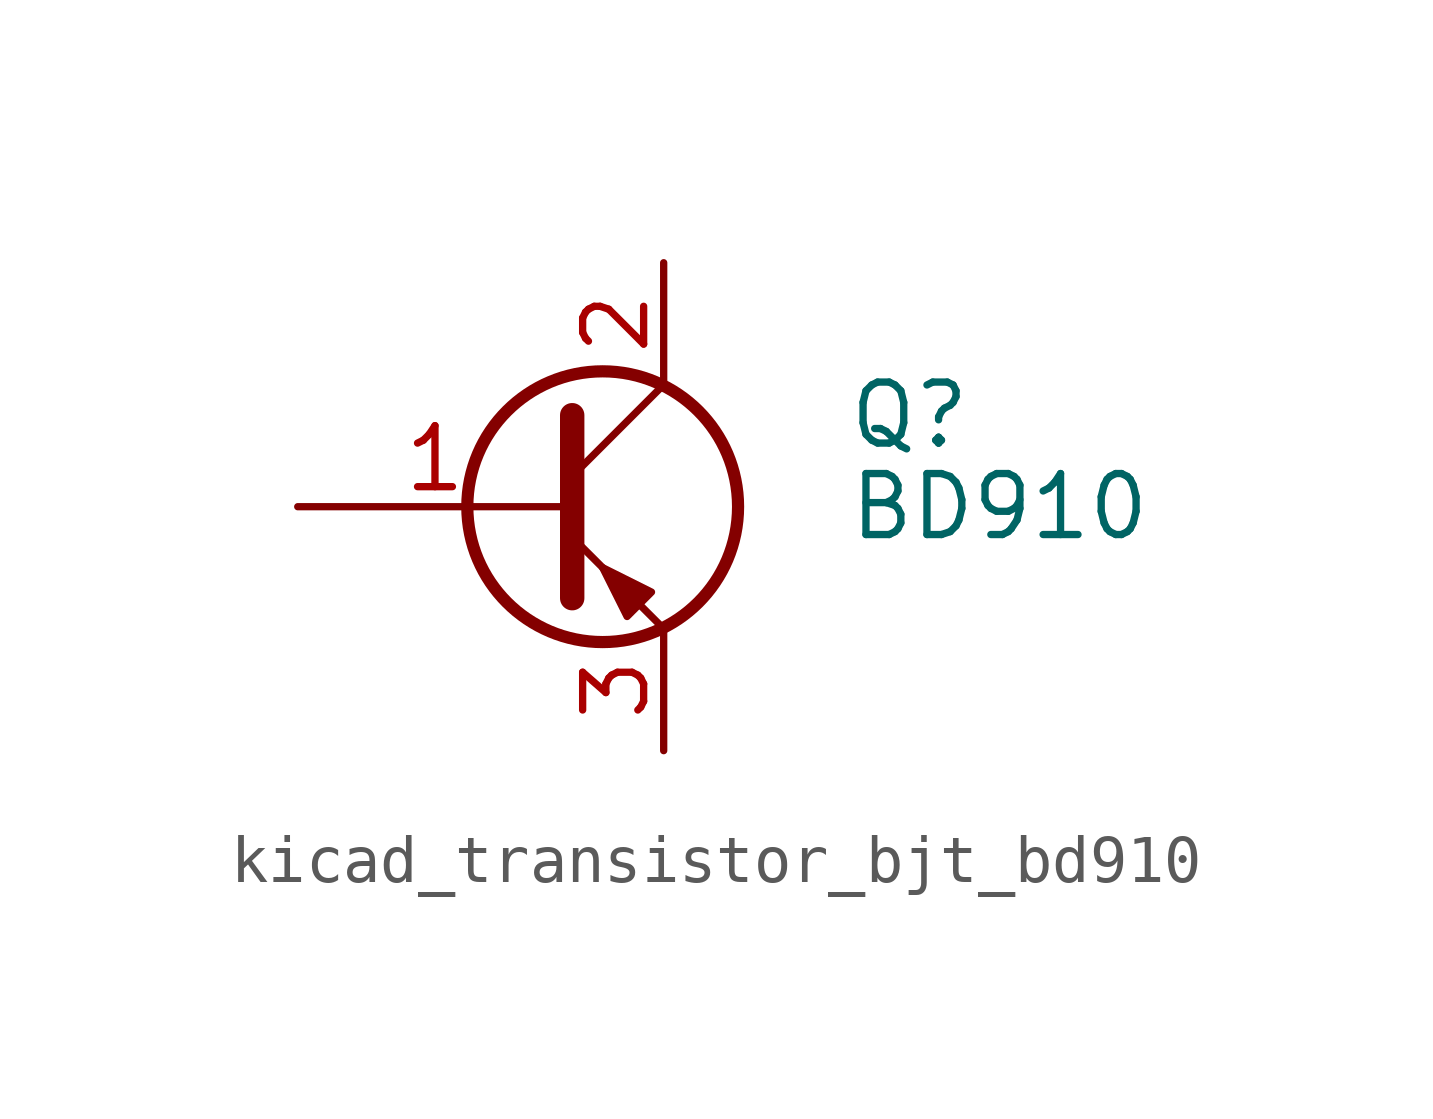
<source format=kicad_sym>
(kicad_symbol_lib
  (version 20220914)
  (generator kicad_symbol_editor)
  (symbol "kicad_transistor_bjt_bd910"
    (pin_names
      (offset 0) hide)
    (property "Reference" "Q"
      (at 6.35 1.905 0)
      (effects (font (size 1.27 1.27)) (justify left)))
    (property "Value" "BD910"
      (at 6.35 0 0)
      (effects (font (size 1.27 1.27)) (justify left)))
    (symbol "kicad_transistor_bjt_bd910_0_1"
      (polyline (pts (xy 0.635 0.635) (xy 2.54 2.54)) (stroke (width 0) (type default)) (fill (type none)))
      (polyline (pts (xy 0.635 -0.635) (xy 2.54 -2.54) (xy 2.54 -2.54)) (stroke (width 0) (type default)) (fill (type none)))
      (polyline (pts (xy 0.635 1.905) (xy 0.635 -1.905) (xy 0.635 -1.905)) (stroke (width 0.508) (type default)) (fill (type none)))
      (polyline (pts (xy 2.286 -1.778) (xy 1.778 -2.286) (xy 1.27 -1.27) (xy 2.286 -1.778) (xy 2.286 -1.778)) (stroke (width 0) (type default)) (fill (type outline)))
      (circle (center 1.27 0) (radius 2.819) (stroke (width 0.254) (type default)) (fill (type none))))
    (symbol "kicad_transistor_bjt_bd910_1_1"
      (pin input line (at -5.08 0 0) (length 5.715) (name "B" (effects (font (size 1.27 1.27)))) (number "1" (effects (font (size 1.27 1.27)))))
      (pin passive line (at 2.54 5.08 270) (length 2.54) (name "C" (effects (font (size 1.27 1.27)))) (number "2" (effects (font (size 1.27 1.27)))))
      (pin passive line (at 2.54 -5.08 90) (length 2.54) (name "E" (effects (font (size 1.27 1.27)))) (number "3" (effects (font (size 1.27 1.27))))))))
</source>
